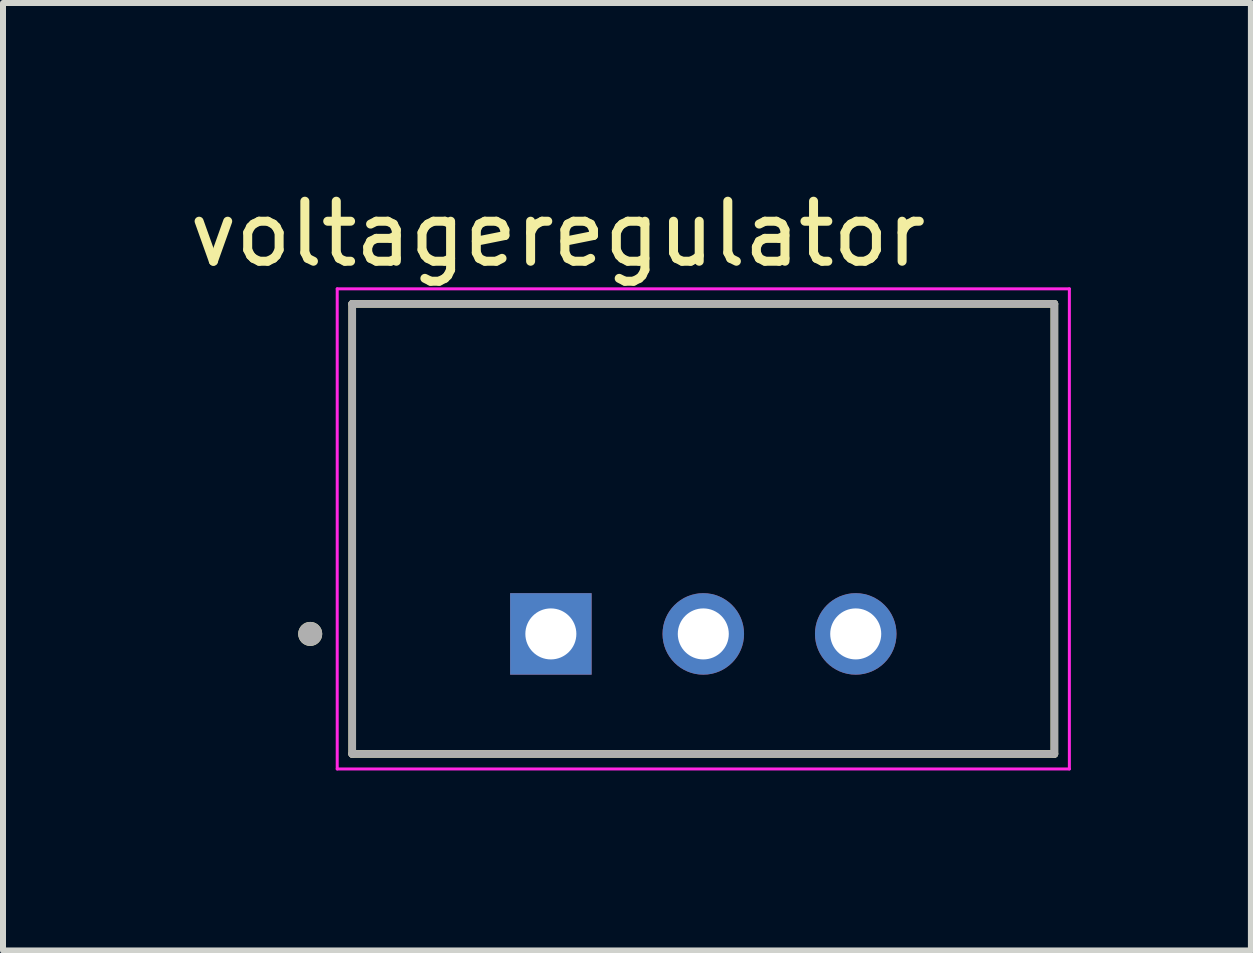
<source format=kicad_pcb>
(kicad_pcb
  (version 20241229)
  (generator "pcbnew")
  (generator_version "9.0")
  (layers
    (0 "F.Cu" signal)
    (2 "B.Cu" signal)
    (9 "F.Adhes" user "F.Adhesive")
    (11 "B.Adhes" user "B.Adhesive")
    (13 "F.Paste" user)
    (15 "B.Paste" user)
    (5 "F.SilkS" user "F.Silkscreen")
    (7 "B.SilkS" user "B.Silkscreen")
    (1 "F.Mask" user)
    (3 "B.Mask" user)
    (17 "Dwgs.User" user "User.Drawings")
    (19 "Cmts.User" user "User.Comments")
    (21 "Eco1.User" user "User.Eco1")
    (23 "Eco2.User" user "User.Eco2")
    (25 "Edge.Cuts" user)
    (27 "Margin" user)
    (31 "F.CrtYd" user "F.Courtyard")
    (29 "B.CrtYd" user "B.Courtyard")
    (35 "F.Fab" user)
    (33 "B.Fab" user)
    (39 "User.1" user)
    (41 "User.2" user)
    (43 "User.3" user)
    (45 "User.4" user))
  (footprint "voltageregulator"
    (layer "F.Cu")
    (at 8.669 5.763)
    (property "Reference" "voltageregulator" (at -2.425 -4.915 0) (layer "F.SilkS") (effects (font (size 1 1) (thickness 0.15))))
    (attr through_hole)
    (fp_line (start -5.85 -3.75) (end 5.85 -3.75) (stroke (width 0.127) (type solid)) (layer "F.SilkS"))
    (fp_line (start -5.85 3.75) (end -5.85 -3.75) (stroke (width 0.127) (type solid)) (layer "F.SilkS"))
    (fp_line (start -5.85 3.75) (end 5.85 3.75) (stroke (width 0.127) (type solid)) (layer "F.SilkS"))
    (fp_line (start 5.85 -3.75) (end 5.85 3.75) (stroke (width 0.127) (type solid)) (layer "F.SilkS"))
    (fp_circle (center -6.55 1.75) (end -6.45 1.75) (stroke (width 0.2) (type solid)) (fill no) (layer "F.SilkS"))
    (fp_line (start -6.1 -4) (end -6.1 4) (stroke (width 0.05) (type solid)) (layer "F.CrtYd"))
    (fp_line (start -6.1 4) (end 6.1 4) (stroke (width 0.05) (type solid)) (layer "F.CrtYd"))
    (fp_line (start 6.1 -4) (end -6.1 -4) (stroke (width 0.05) (type solid)) (layer "F.CrtYd"))
    (fp_line (start 6.1 4) (end 6.1 -4) (stroke (width 0.05) (type solid)) (layer "F.CrtYd"))
    (fp_line (start -5.85 -3.75) (end 5.85 -3.75) (stroke (width 0.127) (type solid)) (layer "F.Fab"))
    (fp_line (start -5.85 3.75) (end -5.85 -3.75) (stroke (width 0.127) (type solid)) (layer "F.Fab"))
    (fp_line (start 5.85 -3.75) (end 5.85 3.75) (stroke (width 0.127) (type solid)) (layer "F.Fab"))
    (fp_line (start 5.85 3.75) (end -5.85 3.75) (stroke (width 0.127) (type solid)) (layer "F.Fab"))
    (fp_circle (center -6.55 1.75) (end -6.45 1.75) (stroke (width 0.2) (type solid)) (fill no) (layer "F.Fab"))
    (pad "1" thru_hole rect (at -2.54 1.75) (size 1.358 1.358) (drill 0.85) (layers "*.Cu" "*.Mask"))
    (pad "2" thru_hole circle (at 0 1.75) (size 1.358 1.358) (drill 0.85) (layers "*.Cu" "*.Mask"))
    (pad "3" thru_hole circle (at 2.54 1.75) (size 1.358 1.358) (drill 0.85) (layers "*.Cu" "*.Mask")))
  (gr_rect
    (start -3 -3)
    (end 17.794 12.788)
    (stroke (width 0.1) (type default))
    (fill no)
    (layer "Edge.Cuts")))
</source>
